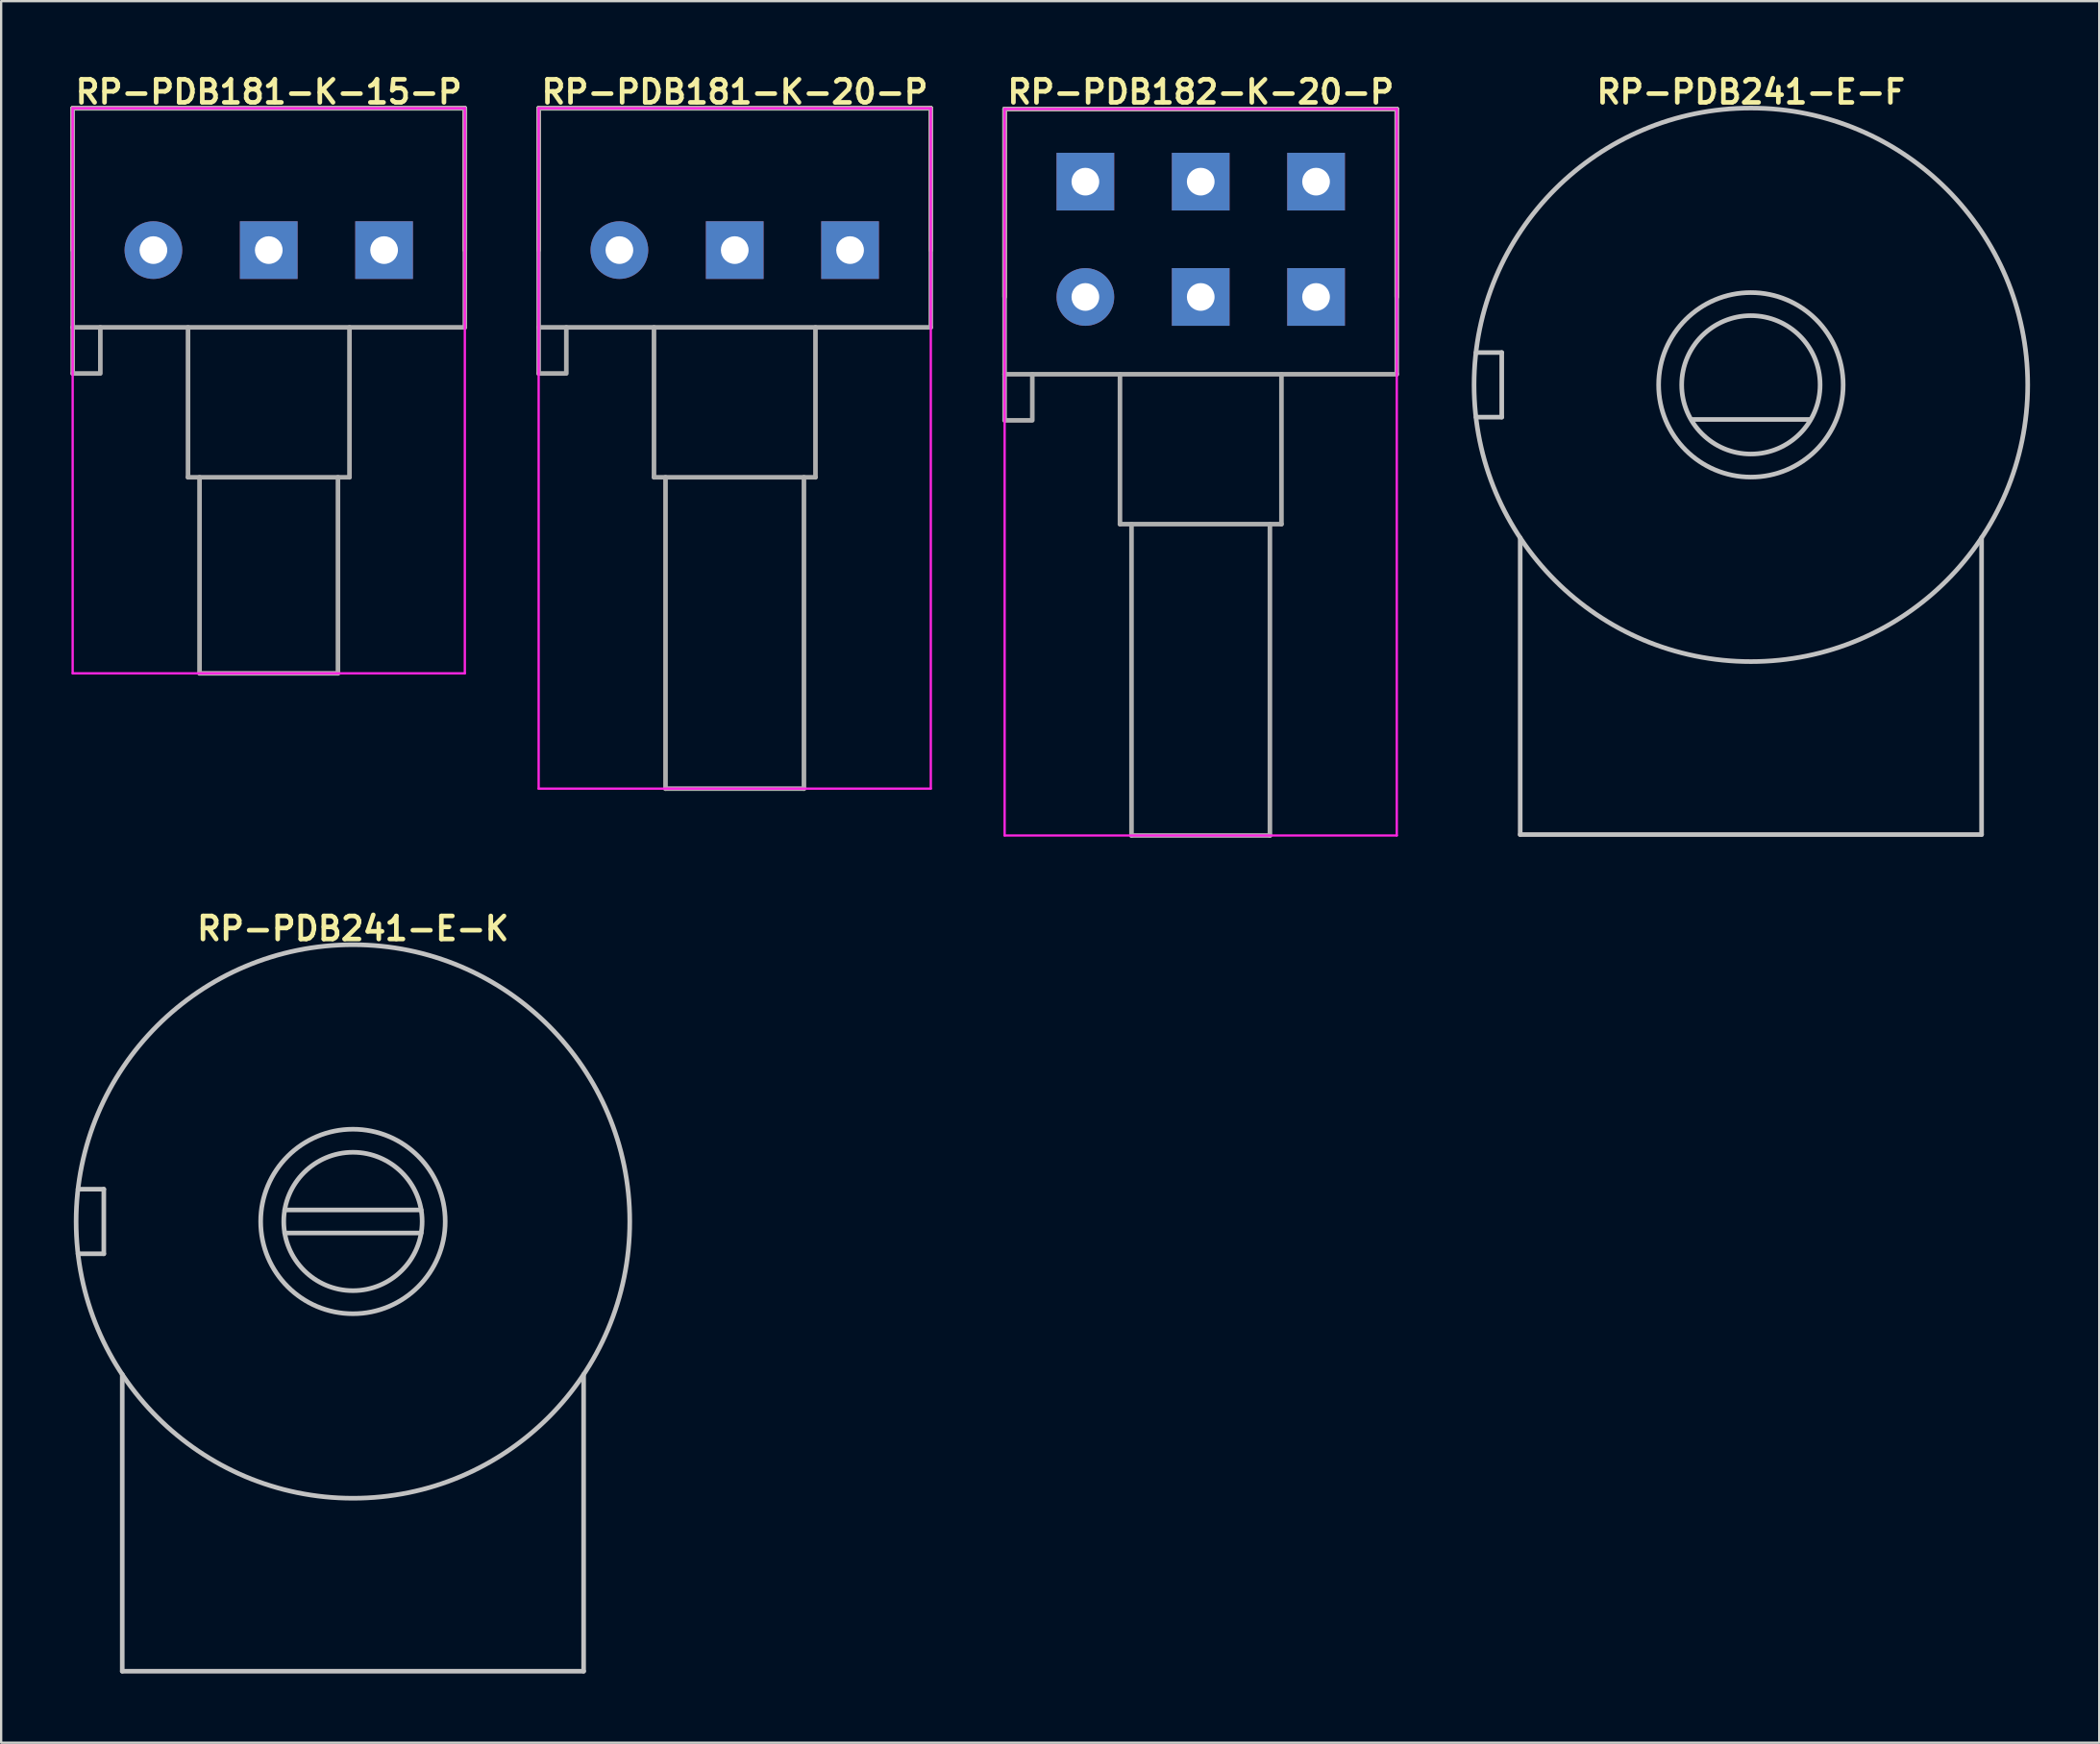
<source format=kicad_pcb>
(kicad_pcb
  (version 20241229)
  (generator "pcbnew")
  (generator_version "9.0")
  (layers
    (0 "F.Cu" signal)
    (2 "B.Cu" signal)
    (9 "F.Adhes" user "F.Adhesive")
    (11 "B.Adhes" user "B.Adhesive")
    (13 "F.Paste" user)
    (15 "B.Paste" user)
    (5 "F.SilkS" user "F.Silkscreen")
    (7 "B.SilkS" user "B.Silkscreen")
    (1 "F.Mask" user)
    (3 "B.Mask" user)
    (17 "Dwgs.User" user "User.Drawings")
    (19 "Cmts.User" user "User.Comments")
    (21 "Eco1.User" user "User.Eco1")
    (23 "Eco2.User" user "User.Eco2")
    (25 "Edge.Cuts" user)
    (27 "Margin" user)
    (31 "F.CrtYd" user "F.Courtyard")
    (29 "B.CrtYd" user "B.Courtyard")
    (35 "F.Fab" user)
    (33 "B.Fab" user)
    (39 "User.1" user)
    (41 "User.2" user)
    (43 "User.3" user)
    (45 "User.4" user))
  (footprint "RP-PDB181-K-20-P"
    (layer "F.Cu")
    (at 28.8 7.794)
    (property "Reference" "RP-PDB181-K-20-P" (at 0 -6.858 0) (layer "F.SilkS") (effects (font (size 1 1) (thickness 0.2))))
    (attr through_hole)
    (fp_line (start -8.5 -6.15) (end -8.5 0) (stroke (width 0.2) (type solid)) (layer "F.SilkS"))
    (fp_line (start -8.5 -6.15) (end 8.5 -6.15) (stroke (width 0.2) (type solid)) (layer "F.SilkS"))
    (fp_line (start 8.5 -6.15) (end 8.5 0) (stroke (width 0.2) (type solid)) (layer "F.SilkS"))
    (fp_line (start -8.5 -6.15) (end -8.5 23.35) (stroke (width 0.1) (type solid)) (layer "F.CrtYd"))
    (fp_line (start -8.5 -6.15) (end 8.5 -6.15) (stroke (width 0.1) (type solid)) (layer "F.CrtYd"))
    (fp_line (start -8.5 23.35) (end 8.5 23.35) (stroke (width 0.1) (type solid)) (layer "F.CrtYd"))
    (fp_line (start 8.5 -6.15) (end 8.5 23.35) (stroke (width 0.1) (type solid)) (layer "F.CrtYd"))
    (fp_line (start -8.5 -6.15) (end -8.5 3.35) (stroke (width 0.2) (type solid)) (layer "F.Fab"))
    (fp_line (start -8.5 -6.15) (end 8.5 -6.15) (stroke (width 0.2) (type solid)) (layer "F.Fab"))
    (fp_line (start -8.5 3.35) (end -8.5 5.35) (stroke (width 0.2) (type solid)) (layer "F.Fab"))
    (fp_line (start -8.5 3.35) (end 8.5 3.35) (stroke (width 0.2) (type solid)) (layer "F.Fab"))
    (fp_line (start -8.5 5.35) (end -7.366 5.35) (stroke (width 0.2) (type solid)) (layer "F.Fab"))
    (fp_line (start -7.3 3.35) (end -7.3 5.35) (stroke (width 0.2) (type solid)) (layer "F.Fab"))
    (fp_line (start -3.5 3.35) (end -3.5 9.85) (stroke (width 0.2) (type solid)) (layer "F.Fab"))
    (fp_line (start -3.5 9.85) (end 3.5 9.85) (stroke (width 0.2) (type solid)) (layer "F.Fab"))
    (fp_line (start -3 9.85) (end -3 23.35) (stroke (width 0.2) (type solid)) (layer "F.Fab"))
    (fp_line (start -3 23.35) (end 3 23.35) (stroke (width 0.2) (type solid)) (layer "F.Fab"))
    (fp_line (start 3 9.85) (end 3 23.35) (stroke (width 0.2) (type solid)) (layer "F.Fab"))
    (fp_line (start 3.5 3.35) (end 3.5 9.85) (stroke (width 0.2) (type solid)) (layer "F.Fab"))
    (fp_line (start 8.5 -6.15) (end 8.5 3.35) (stroke (width 0.2) (type solid)) (layer "F.Fab"))
    (pad "1" thru_hole circle (at -5 0) (size 2.5 2.5) (drill 1.2) (layers "B.Cu" "B.Mask"))
    (pad "2" thru_hole rect (at 0 0) (size 2.5 2.5) (drill 1.2) (layers "B.Cu" "B.Mask"))
    (pad "3" thru_hole rect (at 5 0) (size 2.5 2.5) (drill 1.2) (layers "B.Cu" "B.Mask")))
  (footprint "RP-PDB241-E-F"
    (layer "F.Cu")
    (at 72.85 13.636)
    (property "Reference" "RP-PDB241-E-F" (at 0 -12.7 0) (layer "F.SilkS") (effects (font (size 1 1) (thickness 0.2))))
    (attr through_hole)
    (fp_line (start -11.918 -1.4) (end -10.8 -1.4) (stroke (width 0.2) (type solid)) (layer "Dwgs.User"))
    (fp_line (start -11.918 1.4) (end -10.8 1.4) (stroke (width 0.2) (type solid)) (layer "Dwgs.User"))
    (fp_line (start -10.8 -1.4) (end -10.8 1.4) (stroke (width 0.2) (type solid)) (layer "Dwgs.User"))
    (fp_line (start -10 6.633) (end -10 19.5) (stroke (width 0.2) (type solid)) (layer "Dwgs.User"))
    (fp_line (start -10 19.5) (end 10 19.5) (stroke (width 0.2) (type solid)) (layer "Dwgs.User"))
    (fp_line (start -2.54 1.5) (end 2.54 1.5) (stroke (width 0.2) (type solid)) (layer "Dwgs.User"))
    (fp_line (start 10 6.633) (end 10 19.5) (stroke (width 0.2) (type solid)) (layer "Dwgs.User"))
    (fp_circle (center 0 0) (end 3 0) (stroke (width 0.2) (type solid)) (fill no) (layer "Dwgs.User"))
    (fp_circle (center 0 0) (end 4 0) (stroke (width 0.2) (type solid)) (fill no) (layer "Dwgs.User"))
    (fp_circle (center 0 0) (end 12 0) (stroke (width 0.2) (type solid)) (fill no) (layer "Dwgs.User"))
    (fp_line (start -12.05 -0.8) (end -12.05 0.8) (stroke (width 0.4) (type solid)) (layer "Eco1.User"))
    (fp_line (start -10.75 -0.8) (end -10.75 0.8) (stroke (width 0.4) (type solid)) (layer "Eco1.User"))
    (fp_arc (start -12.05 -0.8) (mid -11.4 -1.45) (end -10.75 -0.8) (stroke (width 0.4) (type solid)) (layer "Eco1.User"))
    (fp_arc (start -10.75 0.8) (mid -11.4 1.45) (end -12.05 0.8) (stroke (width 0.4) (type solid)) (layer "Eco1.User"))
    (fp_circle (center 0 0) (end 4.2 0) (stroke (width 0.4) (type solid)) (fill no) (layer "Eco1.User")))
  (footprint "RP-PDB181-K-15-P"
    (layer "F.Cu")
    (at 8.6 7.794)
    (property "Reference" "RP-PDB181-K-15-P" (at 0 -6.858 0) (layer "F.SilkS") (effects (font (size 1 1) (thickness 0.2))))
    (attr through_hole)
    (fp_line (start -8.5 -6.15) (end -8.5 0) (stroke (width 0.2) (type solid)) (layer "F.SilkS"))
    (fp_line (start -8.5 -6.15) (end 8.5 -6.15) (stroke (width 0.2) (type solid)) (layer "F.SilkS"))
    (fp_line (start 8.5 -6.15) (end 8.5 0) (stroke (width 0.2) (type solid)) (layer "F.SilkS"))
    (fp_line (start -8.5 -6.15) (end -8.5 18.35) (stroke (width 0.1) (type solid)) (layer "F.CrtYd"))
    (fp_line (start -8.5 -6.15) (end 8.5 -6.15) (stroke (width 0.1) (type solid)) (layer "F.CrtYd"))
    (fp_line (start -8.5 18.35) (end 8.5 18.35) (stroke (width 0.1) (type solid)) (layer "F.CrtYd"))
    (fp_line (start 8.5 -6.15) (end 8.5 18.35) (stroke (width 0.1) (type solid)) (layer "F.CrtYd"))
    (fp_line (start -8.5 -6.15) (end -8.5 3.35) (stroke (width 0.2) (type solid)) (layer "F.Fab"))
    (fp_line (start -8.5 -6.15) (end 8.5 -6.15) (stroke (width 0.2) (type solid)) (layer "F.Fab"))
    (fp_line (start -8.5 3.35) (end -8.5 5.35) (stroke (width 0.2) (type solid)) (layer "F.Fab"))
    (fp_line (start -8.5 3.35) (end 8.5 3.35) (stroke (width 0.2) (type solid)) (layer "F.Fab"))
    (fp_line (start -8.5 5.35) (end -7.366 5.35) (stroke (width 0.2) (type solid)) (layer "F.Fab"))
    (fp_line (start -7.3 3.35) (end -7.3 5.35) (stroke (width 0.2) (type solid)) (layer "F.Fab"))
    (fp_line (start -3.5 3.35) (end -3.5 9.85) (stroke (width 0.2) (type solid)) (layer "F.Fab"))
    (fp_line (start -3.5 9.85) (end 3.5 9.85) (stroke (width 0.2) (type solid)) (layer "F.Fab"))
    (fp_line (start -3 9.85) (end -3 18.35) (stroke (width 0.2) (type solid)) (layer "F.Fab"))
    (fp_line (start -3 18.35) (end 3 18.35) (stroke (width 0.2) (type solid)) (layer "F.Fab"))
    (fp_line (start 3 9.85) (end 3 18.35) (stroke (width 0.2) (type solid)) (layer "F.Fab"))
    (fp_line (start 3.5 3.35) (end 3.5 9.85) (stroke (width 0.2) (type solid)) (layer "F.Fab"))
    (fp_line (start 8.5 -6.15) (end 8.5 3.35) (stroke (width 0.2) (type solid)) (layer "F.Fab"))
    (pad "1" thru_hole circle (at -5 0) (size 2.5 2.5) (drill 1.2) (layers "B.Cu" "B.Mask"))
    (pad "2" thru_hole rect (at 0 0) (size 2.5 2.5) (drill 1.2) (layers "B.Cu" "B.Mask"))
    (pad "3" thru_hole rect (at 5 0) (size 2.5 2.5) (drill 1.2) (layers "B.Cu" "B.Mask")))
  (footprint "RP-PDB182-K-20-P"
    (layer "F.Cu")
    (at 49 9.826)
    (property "Reference" "RP-PDB182-K-20-P" (at 0 -8.89 0) (layer "F.SilkS") (effects (font (size 1 1) (thickness 0.2))))
    (attr through_hole)
    (fp_line (start -8.5 -8.15) (end -8.5 0) (stroke (width 0.2) (type solid)) (layer "F.SilkS"))
    (fp_line (start -8.5 -8.15) (end 8.5 -8.15) (stroke (width 0.2) (type solid)) (layer "F.SilkS"))
    (fp_line (start 8.5 -8.15) (end 8.5 0) (stroke (width 0.2) (type solid)) (layer "F.SilkS"))
    (fp_line (start -8.5 -8.15) (end -8.5 23.35) (stroke (width 0.1) (type solid)) (layer "F.CrtYd"))
    (fp_line (start -8.5 -8.15) (end 8.5 -8.15) (stroke (width 0.1) (type solid)) (layer "F.CrtYd"))
    (fp_line (start -8.5 23.35) (end 8.5 23.35) (stroke (width 0.1) (type solid)) (layer "F.CrtYd"))
    (fp_line (start 8.5 -8.15) (end 8.5 23.35) (stroke (width 0.1) (type solid)) (layer "F.CrtYd"))
    (fp_line (start -8.5 -8.15) (end -8.5 3.35) (stroke (width 0.2) (type solid)) (layer "F.Fab"))
    (fp_line (start -8.5 -8.15) (end 8.5 -8.15) (stroke (width 0.2) (type solid)) (layer "F.Fab"))
    (fp_line (start -8.5 3.35) (end -8.5 5.35) (stroke (width 0.2) (type solid)) (layer "F.Fab"))
    (fp_line (start -8.5 3.35) (end 8.5 3.35) (stroke (width 0.2) (type solid)) (layer "F.Fab"))
    (fp_line (start -8.5 5.35) (end -7.366 5.35) (stroke (width 0.2) (type solid)) (layer "F.Fab"))
    (fp_line (start -7.3 3.35) (end -7.3 5.35) (stroke (width 0.2) (type solid)) (layer "F.Fab"))
    (fp_line (start -3.5 3.35) (end -3.5 9.85) (stroke (width 0.2) (type solid)) (layer "F.Fab"))
    (fp_line (start -3.5 9.85) (end 3.5 9.85) (stroke (width 0.2) (type solid)) (layer "F.Fab"))
    (fp_line (start -3 9.85) (end -3 23.35) (stroke (width 0.2) (type solid)) (layer "F.Fab"))
    (fp_line (start -3 23.35) (end 3 23.35) (stroke (width 0.2) (type solid)) (layer "F.Fab"))
    (fp_line (start 3 9.85) (end 3 23.35) (stroke (width 0.2) (type solid)) (layer "F.Fab"))
    (fp_line (start 3.5 3.35) (end 3.5 9.85) (stroke (width 0.2) (type solid)) (layer "F.Fab"))
    (fp_line (start 8.5 -8.15) (end 8.5 3.35) (stroke (width 0.2) (type solid)) (layer "F.Fab"))
    (pad "1" thru_hole circle (at -5 0) (size 2.5 2.5) (drill 1.2) (layers "B.Cu" "B.Mask"))
    (pad "2" thru_hole rect (at 0 0) (size 2.5 2.5) (drill 1.2) (layers "B.Cu" "B.Mask"))
    (pad "3" thru_hole rect (at 5 0) (size 2.5 2.5) (drill 1.2) (layers "B.Cu" "B.Mask"))
    (pad "4" thru_hole rect (at -5 -5) (size 2.5 2.5) (drill 1.2) (layers "B.Cu" "B.Mask"))
    (pad "5" thru_hole rect (at 0 -5) (size 2.5 2.5) (drill 1.2) (layers "B.Cu" "B.Mask"))
    (pad "6" thru_hole rect (at 5 -5) (size 2.5 2.5) (drill 1.2) (layers "B.Cu" "B.Mask")))
  (footprint "RP-PDB241-E-K"
    (layer "F.Cu")
    (at 12.25 49.912)
    (property "Reference" "RP-PDB241-E-K" (at 0 -12.7 0) (layer "F.SilkS") (effects (font (size 1 1) (thickness 0.2))))
    (attr through_hole)
    (fp_line (start -11.918 -1.4) (end -10.8 -1.4) (stroke (width 0.2) (type solid)) (layer "Dwgs.User"))
    (fp_line (start -11.918 1.4) (end -10.8 1.4) (stroke (width 0.2) (type solid)) (layer "Dwgs.User"))
    (fp_line (start -10.8 -1.4) (end -10.8 1.4) (stroke (width 0.2) (type solid)) (layer "Dwgs.User"))
    (fp_line (start -10 6.633) (end -10 19.5) (stroke (width 0.2) (type solid)) (layer "Dwgs.User"))
    (fp_line (start -10 19.5) (end 10 19.5) (stroke (width 0.2) (type solid)) (layer "Dwgs.User"))
    (fp_line (start -2.958 -0.5) (end 2.958 -0.5) (stroke (width 0.2) (type solid)) (layer "Dwgs.User"))
    (fp_line (start -2.958 0.5) (end 2.958 0.5) (stroke (width 0.2) (type solid)) (layer "Dwgs.User"))
    (fp_line (start 10 6.633) (end 10 19.5) (stroke (width 0.2) (type solid)) (layer "Dwgs.User"))
    (fp_circle (center 0 0) (end 3 0) (stroke (width 0.2) (type solid)) (fill no) (layer "Dwgs.User"))
    (fp_circle (center 0 0) (end 4 0) (stroke (width 0.2) (type solid)) (fill no) (layer "Dwgs.User"))
    (fp_circle (center 0 0) (end 12 0) (stroke (width 0.2) (type solid)) (fill no) (layer "Dwgs.User"))
    (fp_line (start -12.05 -0.8) (end -12.05 0.8) (stroke (width 0.4) (type solid)) (layer "Eco1.User"))
    (fp_line (start -10.75 -0.8) (end -10.75 0.8) (stroke (width 0.4) (type solid)) (layer "Eco1.User"))
    (fp_arc (start -12.05 -0.8) (mid -11.4 -1.45) (end -10.75 -0.8) (stroke (width 0.4) (type solid)) (layer "Eco1.User"))
    (fp_arc (start -10.75 0.8) (mid -11.4 1.45) (end -12.05 0.8) (stroke (width 0.4) (type solid)) (layer "Eco1.User"))
    (fp_circle (center 0 0) (end 4.2 0) (stroke (width 0.4) (type solid)) (fill no) (layer "Eco1.User")))
  (gr_rect
    (start -3 -3)
    (end 87.95 72.512)
    (stroke (width 0.1) (type default))
    (fill no)
    (layer "Edge.Cuts")))
</source>
